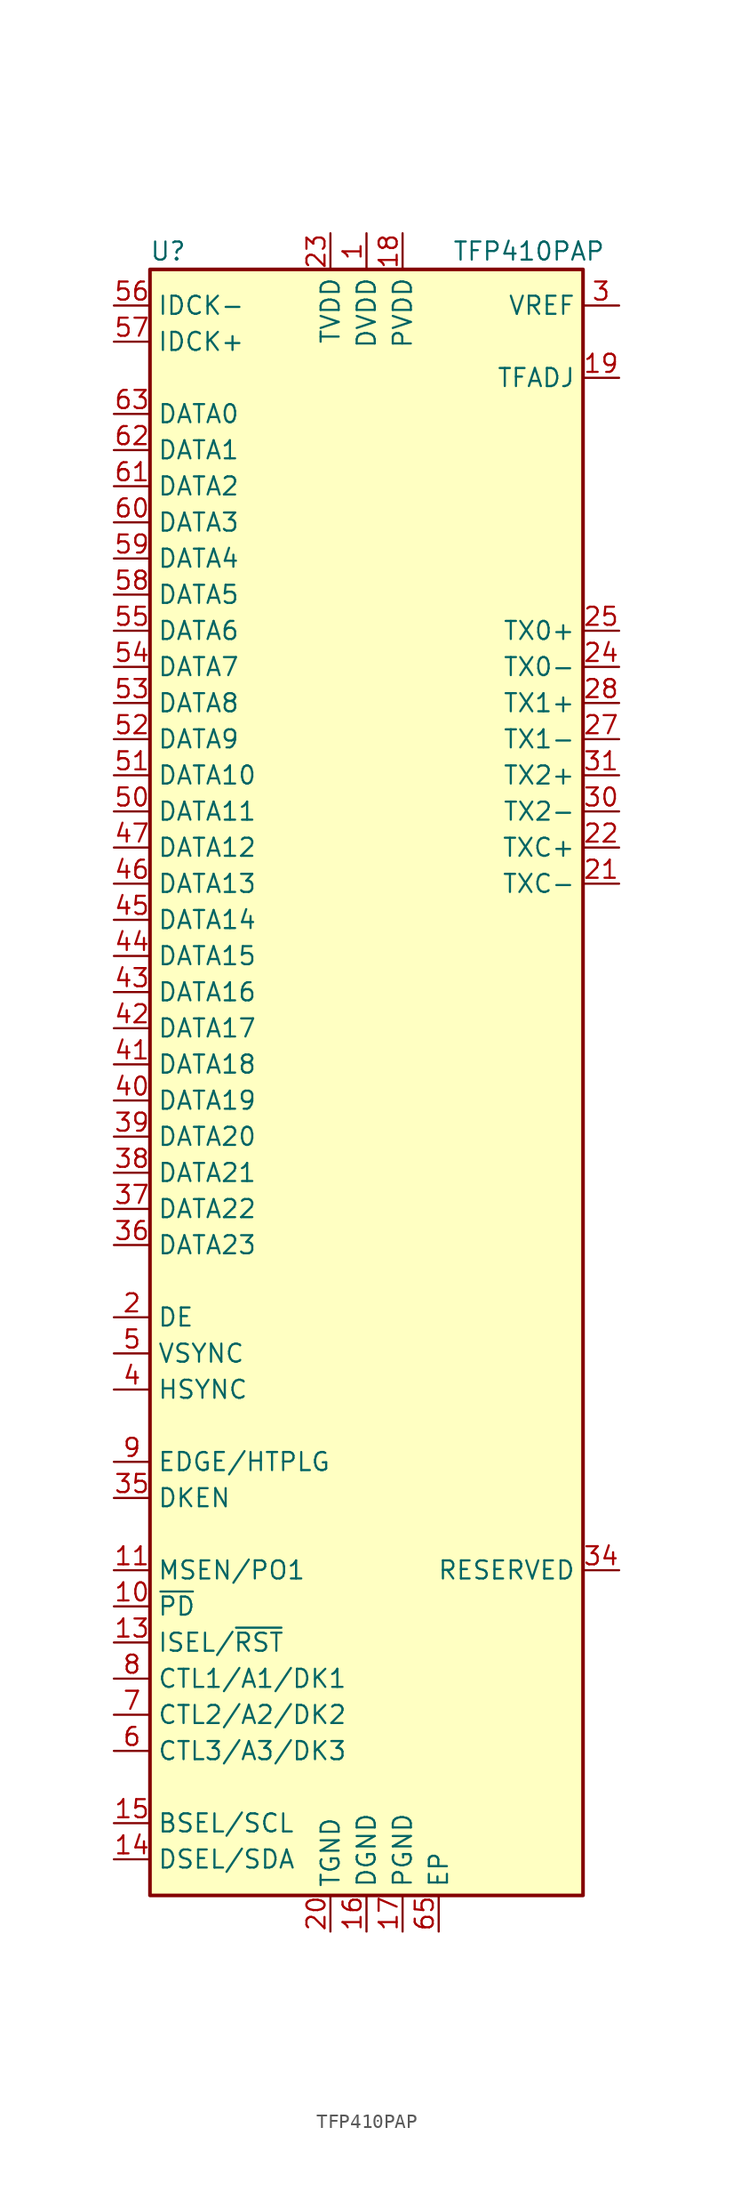
<source format=kicad_sym>
(kicad_symbol_lib
  (version 20211014)
  (generator kicad_symbol_editor)
  (symbol "TFP410PAP"
    (property "Reference" "U"
      (at -13.97 57.15 0)
      (effects (font (size 1.27 1.27))))
    (property "Value" "TFP410PAP"
      (at 11.43 57.15 0)
      (effects (font (size 1.27 1.27))))
    (symbol "TFP410PAP_0_1"
      (rectangle (start -15.24 55.88) (end 15.24 -58.42) (stroke (width 0.254) (type default) (color 0 0 0 0)) (fill (type background))))
    (symbol "TFP410PAP_1_1"
      (pin power_in line (at 0 58.42 270) (length 2.54) (name "DVDD" (effects (font (size 1.27 1.27)))) (number "1" (effects (font (size 1.27 1.27)))))
      (pin input line (at -17.78 -38.1 0) (length 2.54) (name "~{PD}" (effects (font (size 1.27 1.27)))) (number "10" (effects (font (size 1.27 1.27)))))
      (pin output line (at -17.78 -35.56 0) (length 2.54) (name "MSEN/PO1" (effects (font (size 1.27 1.27)))) (number "11" (effects (font (size 1.27 1.27)))))
      (pin passive line (at 0 58.42 270) (length 2.54) hide (name "DVDD" (effects (font (size 1.27 1.27)))) (number "12" (effects (font (size 1.27 1.27)))))
      (pin input line (at -17.78 -40.64 0) (length 2.54) (name "ISEL/~{RST}" (effects (font (size 1.27 1.27)))) (number "13" (effects (font (size 1.27 1.27)))))
      (pin bidirectional line (at -17.78 -55.88 0) (length 2.54) (name "DSEL/SDA" (effects (font (size 1.27 1.27)))) (number "14" (effects (font (size 1.27 1.27)))))
      (pin input line (at -17.78 -53.34 0) (length 2.54) (name "BSEL/SCL" (effects (font (size 1.27 1.27)))) (number "15" (effects (font (size 1.27 1.27)))))
      (pin power_in line (at 0 -60.96 90) (length 2.54) (name "DGND" (effects (font (size 1.27 1.27)))) (number "16" (effects (font (size 1.27 1.27)))))
      (pin power_in line (at 2.54 -60.96 90) (length 2.54) (name "PGND" (effects (font (size 1.27 1.27)))) (number "17" (effects (font (size 1.27 1.27)))))
      (pin power_in line (at 2.54 58.42 270) (length 2.54) (name "PVDD" (effects (font (size 1.27 1.27)))) (number "18" (effects (font (size 1.27 1.27)))))
      (pin input line (at 17.78 48.26 180) (length 2.54) (name "TFADJ" (effects (font (size 1.27 1.27)))) (number "19" (effects (font (size 1.27 1.27)))))
      (pin input line (at -17.78 -17.78 0) (length 2.54) (name "DE" (effects (font (size 1.27 1.27)))) (number "2" (effects (font (size 1.27 1.27)))))
      (pin power_in line (at -2.54 -60.96 90) (length 2.54) (name "TGND" (effects (font (size 1.27 1.27)))) (number "20" (effects (font (size 1.27 1.27)))))
      (pin output line (at 17.78 12.7 180) (length 2.54) (name "TXC-" (effects (font (size 1.27 1.27)))) (number "21" (effects (font (size 1.27 1.27)))))
      (pin output line (at 17.78 15.24 180) (length 2.54) (name "TXC+" (effects (font (size 1.27 1.27)))) (number "22" (effects (font (size 1.27 1.27)))))
      (pin power_in line (at -2.54 58.42 270) (length 2.54) (name "TVDD" (effects (font (size 1.27 1.27)))) (number "23" (effects (font (size 1.27 1.27)))))
      (pin output line (at 17.78 27.94 180) (length 2.54) (name "TX0-" (effects (font (size 1.27 1.27)))) (number "24" (effects (font (size 1.27 1.27)))))
      (pin output line (at 17.78 30.48 180) (length 2.54) (name "TX0+" (effects (font (size 1.27 1.27)))) (number "25" (effects (font (size 1.27 1.27)))))
      (pin passive line (at -2.54 -60.96 90) (length 2.54) hide (name "TGND" (effects (font (size 1.27 1.27)))) (number "26" (effects (font (size 1.27 1.27)))))
      (pin output line (at 17.78 22.86 180) (length 2.54) (name "TX1-" (effects (font (size 1.27 1.27)))) (number "27" (effects (font (size 1.27 1.27)))))
      (pin output line (at 17.78 25.4 180) (length 2.54) (name "TX1+" (effects (font (size 1.27 1.27)))) (number "28" (effects (font (size 1.27 1.27)))))
      (pin passive line (at -2.54 58.42 270) (length 2.54) hide (name "TVDD" (effects (font (size 1.27 1.27)))) (number "29" (effects (font (size 1.27 1.27)))))
      (pin input line (at 17.78 53.34 180) (length 2.54) (name "VREF" (effects (font (size 1.27 1.27)))) (number "3" (effects (font (size 1.27 1.27)))))
      (pin output line (at 17.78 17.78 180) (length 2.54) (name "TX2-" (effects (font (size 1.27 1.27)))) (number "30" (effects (font (size 1.27 1.27)))))
      (pin output line (at 17.78 20.32 180) (length 2.54) (name "TX2+" (effects (font (size 1.27 1.27)))) (number "31" (effects (font (size 1.27 1.27)))))
      (pin passive line (at -2.54 -60.96 90) (length 2.54) hide (name "TGND" (effects (font (size 1.27 1.27)))) (number "32" (effects (font (size 1.27 1.27)))))
      (pin passive line (at 0 58.42 270) (length 2.54) hide (name "DVDD" (effects (font (size 1.27 1.27)))) (number "33" (effects (font (size 1.27 1.27)))))
      (pin input line (at 17.78 -35.56 180) (length 2.54) (name "RESERVED" (effects (font (size 1.27 1.27)))) (number "34" (effects (font (size 1.27 1.27)))))
      (pin input line (at -17.78 -30.48 0) (length 2.54) (name "DKEN" (effects (font (size 1.27 1.27)))) (number "35" (effects (font (size 1.27 1.27)))))
      (pin input line (at -17.78 -12.7 0) (length 2.54) (name "DATA23" (effects (font (size 1.27 1.27)))) (number "36" (effects (font (size 1.27 1.27)))))
      (pin input line (at -17.78 -10.16 0) (length 2.54) (name "DATA22" (effects (font (size 1.27 1.27)))) (number "37" (effects (font (size 1.27 1.27)))))
      (pin input line (at -17.78 -7.62 0) (length 2.54) (name "DATA21" (effects (font (size 1.27 1.27)))) (number "38" (effects (font (size 1.27 1.27)))))
      (pin input line (at -17.78 -5.08 0) (length 2.54) (name "DATA20" (effects (font (size 1.27 1.27)))) (number "39" (effects (font (size 1.27 1.27)))))
      (pin input line (at -17.78 -22.86 0) (length 2.54) (name "HSYNC" (effects (font (size 1.27 1.27)))) (number "4" (effects (font (size 1.27 1.27)))))
      (pin input line (at -17.78 -2.54 0) (length 2.54) (name "DATA19" (effects (font (size 1.27 1.27)))) (number "40" (effects (font (size 1.27 1.27)))))
      (pin input line (at -17.78 0 0) (length 2.54) (name "DATA18" (effects (font (size 1.27 1.27)))) (number "41" (effects (font (size 1.27 1.27)))))
      (pin input line (at -17.78 2.54 0) (length 2.54) (name "DATA17" (effects (font (size 1.27 1.27)))) (number "42" (effects (font (size 1.27 1.27)))))
      (pin input line (at -17.78 5.08 0) (length 2.54) (name "DATA16" (effects (font (size 1.27 1.27)))) (number "43" (effects (font (size 1.27 1.27)))))
      (pin input line (at -17.78 7.62 0) (length 2.54) (name "DATA15" (effects (font (size 1.27 1.27)))) (number "44" (effects (font (size 1.27 1.27)))))
      (pin input line (at -17.78 10.16 0) (length 2.54) (name "DATA14" (effects (font (size 1.27 1.27)))) (number "45" (effects (font (size 1.27 1.27)))))
      (pin input line (at -17.78 12.7 0) (length 2.54) (name "DATA13" (effects (font (size 1.27 1.27)))) (number "46" (effects (font (size 1.27 1.27)))))
      (pin input line (at -17.78 15.24 0) (length 2.54) (name "DATA12" (effects (font (size 1.27 1.27)))) (number "47" (effects (font (size 1.27 1.27)))))
      (pin passive line (at 0 -60.96 90) (length 2.54) hide (name "DGND" (effects (font (size 1.27 1.27)))) (number "48" (effects (font (size 1.27 1.27)))))
      (pin no_connect line (at 15.24 -33.02 180) (length 2.54) hide (name "NC" (effects (font (size 1.27 1.27)))) (number "49" (effects (font (size 1.27 1.27)))))
      (pin input line (at -17.78 -20.32 0) (length 2.54) (name "VSYNC" (effects (font (size 1.27 1.27)))) (number "5" (effects (font (size 1.27 1.27)))))
      (pin input line (at -17.78 17.78 0) (length 2.54) (name "DATA11" (effects (font (size 1.27 1.27)))) (number "50" (effects (font (size 1.27 1.27)))))
      (pin input line (at -17.78 20.32 0) (length 2.54) (name "DATA10" (effects (font (size 1.27 1.27)))) (number "51" (effects (font (size 1.27 1.27)))))
      (pin input line (at -17.78 22.86 0) (length 2.54) (name "DATA9" (effects (font (size 1.27 1.27)))) (number "52" (effects (font (size 1.27 1.27)))))
      (pin input line (at -17.78 25.4 0) (length 2.54) (name "DATA8" (effects (font (size 1.27 1.27)))) (number "53" (effects (font (size 1.27 1.27)))))
      (pin input line (at -17.78 27.94 0) (length 2.54) (name "DATA7" (effects (font (size 1.27 1.27)))) (number "54" (effects (font (size 1.27 1.27)))))
      (pin input line (at -17.78 30.48 0) (length 2.54) (name "DATA6" (effects (font (size 1.27 1.27)))) (number "55" (effects (font (size 1.27 1.27)))))
      (pin input line (at -17.78 53.34 0) (length 2.54) (name "IDCK-" (effects (font (size 1.27 1.27)))) (number "56" (effects (font (size 1.27 1.27)))))
      (pin input line (at -17.78 50.8 0) (length 2.54) (name "IDCK+" (effects (font (size 1.27 1.27)))) (number "57" (effects (font (size 1.27 1.27)))))
      (pin input line (at -17.78 33.02 0) (length 2.54) (name "DATA5" (effects (font (size 1.27 1.27)))) (number "58" (effects (font (size 1.27 1.27)))))
      (pin input line (at -17.78 35.56 0) (length 2.54) (name "DATA4" (effects (font (size 1.27 1.27)))) (number "59" (effects (font (size 1.27 1.27)))))
      (pin input line (at -17.78 -48.26 0) (length 2.54) (name "CTL3/A3/DK3" (effects (font (size 1.27 1.27)))) (number "6" (effects (font (size 1.27 1.27)))))
      (pin input line (at -17.78 38.1 0) (length 2.54) (name "DATA3" (effects (font (size 1.27 1.27)))) (number "60" (effects (font (size 1.27 1.27)))))
      (pin input line (at -17.78 40.64 0) (length 2.54) (name "DATA2" (effects (font (size 1.27 1.27)))) (number "61" (effects (font (size 1.27 1.27)))))
      (pin input line (at -17.78 43.18 0) (length 2.54) (name "DATA1" (effects (font (size 1.27 1.27)))) (number "62" (effects (font (size 1.27 1.27)))))
      (pin input line (at -17.78 45.72 0) (length 2.54) (name "DATA0" (effects (font (size 1.27 1.27)))) (number "63" (effects (font (size 1.27 1.27)))))
      (pin passive line (at 0 -60.96 90) (length 2.54) hide (name "DGND" (effects (font (size 1.27 1.27)))) (number "64" (effects (font (size 1.27 1.27)))))
      (pin power_in line (at 5.08 -60.96 90) (length 2.54) (name "EP" (effects (font (size 1.27 1.27)))) (number "65" (effects (font (size 1.27 1.27)))))
      (pin input line (at -17.78 -45.72 0) (length 2.54) (name "CTL2/A2/DK2" (effects (font (size 1.27 1.27)))) (number "7" (effects (font (size 1.27 1.27)))))
      (pin input line (at -17.78 -43.18 0) (length 2.54) (name "CTL1/A1/DK1" (effects (font (size 1.27 1.27)))) (number "8" (effects (font (size 1.27 1.27)))))
      (pin input line (at -17.78 -27.94 0) (length 2.54) (name "EDGE/HTPLG" (effects (font (size 1.27 1.27)))) (number "9" (effects (font (size 1.27 1.27))))))))
</source>
